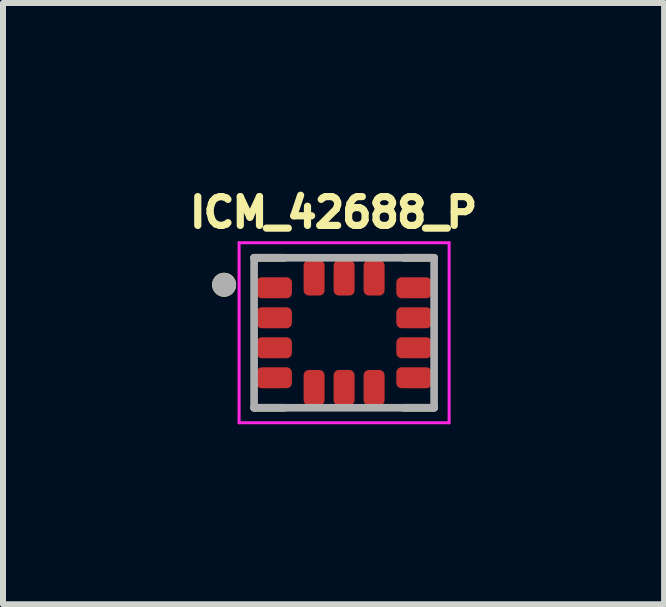
<source format=kicad_pcb>
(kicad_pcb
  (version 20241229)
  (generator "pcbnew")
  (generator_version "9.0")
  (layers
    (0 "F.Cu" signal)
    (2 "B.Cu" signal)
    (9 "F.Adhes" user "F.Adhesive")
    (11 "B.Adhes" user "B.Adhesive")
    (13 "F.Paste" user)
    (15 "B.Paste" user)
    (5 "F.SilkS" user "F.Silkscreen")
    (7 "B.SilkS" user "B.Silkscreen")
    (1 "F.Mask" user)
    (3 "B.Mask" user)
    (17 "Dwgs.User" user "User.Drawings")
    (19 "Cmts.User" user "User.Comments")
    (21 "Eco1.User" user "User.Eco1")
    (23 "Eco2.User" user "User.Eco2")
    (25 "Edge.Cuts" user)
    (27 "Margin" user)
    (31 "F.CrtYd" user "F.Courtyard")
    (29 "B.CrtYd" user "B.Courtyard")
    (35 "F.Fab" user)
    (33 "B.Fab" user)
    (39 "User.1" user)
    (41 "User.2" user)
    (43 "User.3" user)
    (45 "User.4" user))
  (footprint "ICM_42688_P"
    (layer "F.Cu")
    (at 2.685 2.496)
    (property "Reference" "ICM_42688_P" (at -0.176 -2.005 0) (layer "F.SilkS") (effects (font (size 0.48 0.48) (thickness 0.15))))
    (attr smd)
    (fp_poly (pts (xy -0.82 -0.85) (xy -0.82 -0.65) (xy -0.82 -0.643) (xy -0.821 -0.637) (xy -0.822 -0.63) (xy -0.823 -0.624) (xy -0.824 -0.618) (xy -0.826 -0.611) (xy -0.828 -0.605) (xy -0.831 -0.599) (xy -0.834 -0.593) (xy -0.837 -0.588) (xy -0.84 -0.582) (xy -0.844 -0.577) (xy -0.848 -0.571) (xy -0.852 -0.566) (xy -0.857 -0.562) (xy -0.861 -0.557) (xy -0.866 -0.553) (xy -0.872 -0.549) (xy -0.877 -0.545) (xy -0.882 -0.542) (xy -0.888 -0.539) (xy -0.894 -0.536) (xy -0.9 -0.533) (xy -0.906 -0.531) (xy -0.913 -0.529) (xy -0.919 -0.528) (xy -0.925 -0.527) (xy -0.932 -0.526) (xy -0.938 -0.525) (xy -0.945 -0.525) (xy -1.385 -0.525) (xy -1.392 -0.525) (xy -1.398 -0.526) (xy -1.405 -0.527) (xy -1.411 -0.528) (xy -1.417 -0.529) (xy -1.424 -0.531) (xy -1.43 -0.533) (xy -1.436 -0.536) (xy -1.442 -0.539) (xy -1.448 -0.542) (xy -1.453 -0.545) (xy -1.458 -0.549) (xy -1.464 -0.553) (xy -1.469 -0.557) (xy -1.473 -0.562) (xy -1.478 -0.566) (xy -1.482 -0.571) (xy -1.486 -0.577) (xy -1.49 -0.582) (xy -1.493 -0.588) (xy -1.496 -0.593) (xy -1.499 -0.599) (xy -1.502 -0.605) (xy -1.504 -0.611) (xy -1.506 -0.618) (xy -1.507 -0.624) (xy -1.508 -0.63) (xy -1.509 -0.637) (xy -1.51 -0.643) (xy -1.51 -0.65) (xy -1.51 -0.85) (xy -1.51 -0.857) (xy -1.509 -0.863) (xy -1.508 -0.87) (xy -1.507 -0.876) (xy -1.506 -0.882) (xy -1.504 -0.889) (xy -1.502 -0.895) (xy -1.499 -0.901) (xy -1.496 -0.907) (xy -1.493 -0.912) (xy -1.49 -0.918) (xy -1.486 -0.923) (xy -1.482 -0.929) (xy -1.478 -0.934) (xy -1.473 -0.938) (xy -1.469 -0.943) (xy -1.464 -0.947) (xy -1.458 -0.951) (xy -1.453 -0.955) (xy -1.448 -0.958) (xy -1.442 -0.961) (xy -1.436 -0.964) (xy -1.43 -0.967) (xy -1.424 -0.969) (xy -1.417 -0.971) (xy -1.411 -0.972) (xy -1.405 -0.973) (xy -1.398 -0.974) (xy -1.392 -0.975) (xy -1.385 -0.975) (xy -0.945 -0.975) (xy -0.938 -0.975) (xy -0.932 -0.974) (xy -0.925 -0.973) (xy -0.919 -0.972) (xy -0.913 -0.971) (xy -0.906 -0.969) (xy -0.9 -0.967) (xy -0.894 -0.964) (xy -0.888 -0.961) (xy -0.882 -0.958) (xy -0.877 -0.955) (xy -0.872 -0.951) (xy -0.866 -0.947) (xy -0.861 -0.943) (xy -0.857 -0.938) (xy -0.852 -0.934) (xy -0.848 -0.929) (xy -0.844 -0.923) (xy -0.84 -0.918) (xy -0.837 -0.912) (xy -0.834 -0.907) (xy -0.831 -0.901) (xy -0.828 -0.895) (xy -0.826 -0.889) (xy -0.824 -0.882) (xy -0.823 -0.876) (xy -0.822 -0.87) (xy -0.821 -0.863) (xy -0.82 -0.857) (xy -0.82 -0.85)) (stroke (width 0.01) (type solid)) (fill yes) (layer "F.Mask"))
    (fp_poly (pts (xy -0.82 -0.35) (xy -0.82 -0.15) (xy -0.82 -0.143) (xy -0.821 -0.137) (xy -0.822 -0.13) (xy -0.823 -0.124) (xy -0.824 -0.118) (xy -0.826 -0.111) (xy -0.828 -0.105) (xy -0.831 -0.099) (xy -0.834 -0.093) (xy -0.837 -0.088) (xy -0.84 -0.082) (xy -0.844 -0.077) (xy -0.848 -0.071) (xy -0.852 -0.066) (xy -0.857 -0.062) (xy -0.861 -0.057) (xy -0.866 -0.053) (xy -0.872 -0.049) (xy -0.877 -0.045) (xy -0.882 -0.042) (xy -0.888 -0.039) (xy -0.894 -0.036) (xy -0.9 -0.033) (xy -0.906 -0.031) (xy -0.913 -0.029) (xy -0.919 -0.028) (xy -0.925 -0.027) (xy -0.932 -0.026) (xy -0.938 -0.025) (xy -0.945 -0.025) (xy -1.385 -0.025) (xy -1.392 -0.025) (xy -1.398 -0.026) (xy -1.405 -0.027) (xy -1.411 -0.028) (xy -1.417 -0.029) (xy -1.424 -0.031) (xy -1.43 -0.033) (xy -1.436 -0.036) (xy -1.442 -0.039) (xy -1.448 -0.042) (xy -1.453 -0.045) (xy -1.458 -0.049) (xy -1.464 -0.053) (xy -1.469 -0.057) (xy -1.473 -0.062) (xy -1.478 -0.066) (xy -1.482 -0.071) (xy -1.486 -0.077) (xy -1.49 -0.082) (xy -1.493 -0.088) (xy -1.496 -0.093) (xy -1.499 -0.099) (xy -1.502 -0.105) (xy -1.504 -0.111) (xy -1.506 -0.118) (xy -1.507 -0.124) (xy -1.508 -0.13) (xy -1.509 -0.137) (xy -1.51 -0.143) (xy -1.51 -0.15) (xy -1.51 -0.35) (xy -1.51 -0.357) (xy -1.509 -0.363) (xy -1.508 -0.37) (xy -1.507 -0.376) (xy -1.506 -0.382) (xy -1.504 -0.389) (xy -1.502 -0.395) (xy -1.499 -0.401) (xy -1.496 -0.407) (xy -1.493 -0.412) (xy -1.49 -0.418) (xy -1.486 -0.423) (xy -1.482 -0.429) (xy -1.478 -0.434) (xy -1.473 -0.438) (xy -1.469 -0.443) (xy -1.464 -0.447) (xy -1.458 -0.451) (xy -1.453 -0.455) (xy -1.448 -0.458) (xy -1.442 -0.461) (xy -1.436 -0.464) (xy -1.43 -0.467) (xy -1.424 -0.469) (xy -1.417 -0.471) (xy -1.411 -0.472) (xy -1.405 -0.473) (xy -1.398 -0.474) (xy -1.392 -0.475) (xy -1.385 -0.475) (xy -0.945 -0.475) (xy -0.938 -0.475) (xy -0.932 -0.474) (xy -0.925 -0.473) (xy -0.919 -0.472) (xy -0.913 -0.471) (xy -0.906 -0.469) (xy -0.9 -0.467) (xy -0.894 -0.464) (xy -0.888 -0.461) (xy -0.882 -0.458) (xy -0.877 -0.455) (xy -0.872 -0.451) (xy -0.866 -0.447) (xy -0.861 -0.443) (xy -0.857 -0.438) (xy -0.852 -0.434) (xy -0.848 -0.429) (xy -0.844 -0.423) (xy -0.84 -0.418) (xy -0.837 -0.412) (xy -0.834 -0.407) (xy -0.831 -0.401) (xy -0.828 -0.395) (xy -0.826 -0.389) (xy -0.824 -0.382) (xy -0.823 -0.376) (xy -0.822 -0.37) (xy -0.821 -0.363) (xy -0.82 -0.357) (xy -0.82 -0.35)) (stroke (width 0.01) (type solid)) (fill yes) (layer "F.Mask"))
    (fp_poly (pts (xy -0.82 0.15) (xy -0.82 0.35) (xy -0.82 0.357) (xy -0.821 0.363) (xy -0.822 0.37) (xy -0.823 0.376) (xy -0.824 0.382) (xy -0.826 0.389) (xy -0.828 0.395) (xy -0.831 0.401) (xy -0.834 0.407) (xy -0.837 0.412) (xy -0.84 0.418) (xy -0.844 0.423) (xy -0.848 0.429) (xy -0.852 0.434) (xy -0.857 0.438) (xy -0.861 0.443) (xy -0.866 0.447) (xy -0.872 0.451) (xy -0.877 0.455) (xy -0.882 0.458) (xy -0.888 0.461) (xy -0.894 0.464) (xy -0.9 0.467) (xy -0.906 0.469) (xy -0.913 0.471) (xy -0.919 0.472) (xy -0.925 0.473) (xy -0.932 0.474) (xy -0.938 0.475) (xy -0.945 0.475) (xy -1.385 0.475) (xy -1.392 0.475) (xy -1.398 0.474) (xy -1.405 0.473) (xy -1.411 0.472) (xy -1.417 0.471) (xy -1.424 0.469) (xy -1.43 0.467) (xy -1.436 0.464) (xy -1.442 0.461) (xy -1.448 0.458) (xy -1.453 0.455) (xy -1.458 0.451) (xy -1.464 0.447) (xy -1.469 0.443) (xy -1.473 0.438) (xy -1.478 0.434) (xy -1.482 0.429) (xy -1.486 0.423) (xy -1.49 0.418) (xy -1.493 0.412) (xy -1.496 0.407) (xy -1.499 0.401) (xy -1.502 0.395) (xy -1.504 0.389) (xy -1.506 0.382) (xy -1.507 0.376) (xy -1.508 0.37) (xy -1.509 0.363) (xy -1.51 0.357) (xy -1.51 0.35) (xy -1.51 0.15) (xy -1.51 0.143) (xy -1.509 0.137) (xy -1.508 0.13) (xy -1.507 0.124) (xy -1.506 0.118) (xy -1.504 0.111) (xy -1.502 0.105) (xy -1.499 0.099) (xy -1.496 0.093) (xy -1.493 0.088) (xy -1.49 0.082) (xy -1.486 0.077) (xy -1.482 0.071) (xy -1.478 0.066) (xy -1.473 0.062) (xy -1.469 0.057) (xy -1.464 0.053) (xy -1.458 0.049) (xy -1.453 0.045) (xy -1.448 0.042) (xy -1.442 0.039) (xy -1.436 0.036) (xy -1.43 0.033) (xy -1.424 0.031) (xy -1.417 0.029) (xy -1.411 0.028) (xy -1.405 0.027) (xy -1.398 0.026) (xy -1.392 0.025) (xy -1.385 0.025) (xy -0.945 0.025) (xy -0.938 0.025) (xy -0.932 0.026) (xy -0.925 0.027) (xy -0.919 0.028) (xy -0.913 0.029) (xy -0.906 0.031) (xy -0.9 0.033) (xy -0.894 0.036) (xy -0.888 0.039) (xy -0.882 0.042) (xy -0.877 0.045) (xy -0.872 0.049) (xy -0.866 0.053) (xy -0.861 0.057) (xy -0.857 0.062) (xy -0.852 0.066) (xy -0.848 0.071) (xy -0.844 0.077) (xy -0.84 0.082) (xy -0.837 0.088) (xy -0.834 0.093) (xy -0.831 0.099) (xy -0.828 0.105) (xy -0.826 0.111) (xy -0.824 0.118) (xy -0.823 0.124) (xy -0.822 0.13) (xy -0.821 0.137) (xy -0.82 0.143) (xy -0.82 0.15)) (stroke (width 0.01) (type solid)) (fill yes) (layer "F.Mask"))
    (fp_poly (pts (xy -0.82 0.65) (xy -0.82 0.85) (xy -0.82 0.857) (xy -0.821 0.863) (xy -0.822 0.87) (xy -0.823 0.876) (xy -0.824 0.882) (xy -0.826 0.889) (xy -0.828 0.895) (xy -0.831 0.901) (xy -0.834 0.907) (xy -0.837 0.912) (xy -0.84 0.918) (xy -0.844 0.923) (xy -0.848 0.929) (xy -0.852 0.934) (xy -0.857 0.938) (xy -0.861 0.943) (xy -0.866 0.947) (xy -0.872 0.951) (xy -0.877 0.955) (xy -0.882 0.958) (xy -0.888 0.961) (xy -0.894 0.964) (xy -0.9 0.967) (xy -0.906 0.969) (xy -0.913 0.971) (xy -0.919 0.972) (xy -0.925 0.973) (xy -0.932 0.974) (xy -0.938 0.975) (xy -0.945 0.975) (xy -1.385 0.975) (xy -1.392 0.975) (xy -1.398 0.974) (xy -1.405 0.973) (xy -1.411 0.972) (xy -1.417 0.971) (xy -1.424 0.969) (xy -1.43 0.967) (xy -1.436 0.964) (xy -1.442 0.961) (xy -1.448 0.958) (xy -1.453 0.955) (xy -1.458 0.951) (xy -1.464 0.947) (xy -1.469 0.943) (xy -1.473 0.938) (xy -1.478 0.934) (xy -1.482 0.929) (xy -1.486 0.923) (xy -1.49 0.918) (xy -1.493 0.912) (xy -1.496 0.907) (xy -1.499 0.901) (xy -1.502 0.895) (xy -1.504 0.889) (xy -1.506 0.882) (xy -1.507 0.876) (xy -1.508 0.87) (xy -1.509 0.863) (xy -1.51 0.857) (xy -1.51 0.85) (xy -1.51 0.65) (xy -1.51 0.643) (xy -1.509 0.637) (xy -1.508 0.63) (xy -1.507 0.624) (xy -1.506 0.618) (xy -1.504 0.611) (xy -1.502 0.605) (xy -1.499 0.599) (xy -1.496 0.593) (xy -1.493 0.588) (xy -1.49 0.582) (xy -1.486 0.577) (xy -1.482 0.571) (xy -1.478 0.566) (xy -1.473 0.562) (xy -1.469 0.557) (xy -1.464 0.553) (xy -1.458 0.549) (xy -1.453 0.545) (xy -1.448 0.542) (xy -1.442 0.539) (xy -1.436 0.536) (xy -1.43 0.533) (xy -1.424 0.531) (xy -1.417 0.529) (xy -1.411 0.528) (xy -1.405 0.527) (xy -1.398 0.526) (xy -1.392 0.525) (xy -1.385 0.525) (xy -0.945 0.525) (xy -0.938 0.525) (xy -0.932 0.526) (xy -0.925 0.527) (xy -0.919 0.528) (xy -0.913 0.529) (xy -0.906 0.531) (xy -0.9 0.533) (xy -0.894 0.536) (xy -0.888 0.539) (xy -0.882 0.542) (xy -0.877 0.545) (xy -0.872 0.549) (xy -0.866 0.553) (xy -0.861 0.557) (xy -0.857 0.562) (xy -0.852 0.566) (xy -0.848 0.571) (xy -0.844 0.577) (xy -0.84 0.582) (xy -0.837 0.588) (xy -0.834 0.593) (xy -0.831 0.599) (xy -0.828 0.605) (xy -0.826 0.611) (xy -0.824 0.618) (xy -0.823 0.624) (xy -0.822 0.63) (xy -0.821 0.637) (xy -0.82 0.643) (xy -0.82 0.65)) (stroke (width 0.01) (type solid)) (fill yes) (layer "F.Mask"))
    (fp_poly (pts (xy -0.6 -1.26) (xy -0.4 -1.26) (xy -0.393 -1.26) (xy -0.387 -1.259) (xy -0.38 -1.258) (xy -0.374 -1.257) (xy -0.368 -1.256) (xy -0.361 -1.254) (xy -0.355 -1.252) (xy -0.349 -1.249) (xy -0.343 -1.246) (xy -0.338 -1.243) (xy -0.332 -1.24) (xy -0.327 -1.236) (xy -0.321 -1.232) (xy -0.316 -1.228) (xy -0.312 -1.223) (xy -0.307 -1.219) (xy -0.303 -1.214) (xy -0.299 -1.208) (xy -0.295 -1.203) (xy -0.292 -1.198) (xy -0.289 -1.192) (xy -0.286 -1.186) (xy -0.283 -1.18) (xy -0.281 -1.174) (xy -0.279 -1.167) (xy -0.278 -1.161) (xy -0.277 -1.155) (xy -0.276 -1.148) (xy -0.275 -1.142) (xy -0.275 -1.135) (xy -0.275 -0.695) (xy -0.275 -0.688) (xy -0.276 -0.682) (xy -0.277 -0.675) (xy -0.278 -0.669) (xy -0.279 -0.663) (xy -0.281 -0.656) (xy -0.283 -0.65) (xy -0.286 -0.644) (xy -0.289 -0.638) (xy -0.292 -0.632) (xy -0.295 -0.627) (xy -0.299 -0.622) (xy -0.303 -0.616) (xy -0.307 -0.611) (xy -0.312 -0.607) (xy -0.316 -0.602) (xy -0.321 -0.598) (xy -0.327 -0.594) (xy -0.332 -0.59) (xy -0.338 -0.587) (xy -0.343 -0.584) (xy -0.349 -0.581) (xy -0.355 -0.578) (xy -0.361 -0.576) (xy -0.368 -0.574) (xy -0.374 -0.573) (xy -0.38 -0.572) (xy -0.387 -0.571) (xy -0.393 -0.57) (xy -0.4 -0.57) (xy -0.6 -0.57) (xy -0.607 -0.57) (xy -0.613 -0.571) (xy -0.62 -0.572) (xy -0.626 -0.573) (xy -0.632 -0.574) (xy -0.639 -0.576) (xy -0.645 -0.578) (xy -0.651 -0.581) (xy -0.657 -0.584) (xy -0.663 -0.587) (xy -0.668 -0.59) (xy -0.673 -0.594) (xy -0.679 -0.598) (xy -0.684 -0.602) (xy -0.688 -0.607) (xy -0.693 -0.611) (xy -0.697 -0.616) (xy -0.701 -0.622) (xy -0.705 -0.627) (xy -0.708 -0.632) (xy -0.711 -0.638) (xy -0.714 -0.644) (xy -0.717 -0.65) (xy -0.719 -0.656) (xy -0.721 -0.663) (xy -0.722 -0.669) (xy -0.723 -0.675) (xy -0.724 -0.682) (xy -0.725 -0.688) (xy -0.725 -0.695) (xy -0.725 -1.135) (xy -0.725 -1.142) (xy -0.724 -1.148) (xy -0.723 -1.155) (xy -0.722 -1.161) (xy -0.721 -1.167) (xy -0.719 -1.174) (xy -0.717 -1.18) (xy -0.714 -1.186) (xy -0.711 -1.192) (xy -0.708 -1.198) (xy -0.705 -1.203) (xy -0.701 -1.208) (xy -0.697 -1.214) (xy -0.693 -1.219) (xy -0.688 -1.223) (xy -0.684 -1.228) (xy -0.679 -1.232) (xy -0.673 -1.236) (xy -0.668 -1.24) (xy -0.662 -1.243) (xy -0.657 -1.246) (xy -0.651 -1.249) (xy -0.645 -1.252) (xy -0.639 -1.254) (xy -0.632 -1.256) (xy -0.626 -1.257) (xy -0.62 -1.258) (xy -0.613 -1.259) (xy -0.607 -1.26) (xy -0.6 -1.26)) (stroke (width 0.01) (type solid)) (fill yes) (layer "F.Mask"))
    (fp_poly (pts (xy -0.6 0.57) (xy -0.4 0.57) (xy -0.393 0.57) (xy -0.387 0.571) (xy -0.38 0.572) (xy -0.374 0.573) (xy -0.368 0.574) (xy -0.361 0.576) (xy -0.355 0.578) (xy -0.349 0.581) (xy -0.343 0.584) (xy -0.338 0.587) (xy -0.332 0.59) (xy -0.327 0.594) (xy -0.321 0.598) (xy -0.316 0.602) (xy -0.312 0.607) (xy -0.307 0.611) (xy -0.303 0.616) (xy -0.299 0.622) (xy -0.295 0.627) (xy -0.292 0.632) (xy -0.289 0.638) (xy -0.286 0.644) (xy -0.283 0.65) (xy -0.281 0.656) (xy -0.279 0.663) (xy -0.278 0.669) (xy -0.277 0.675) (xy -0.276 0.682) (xy -0.275 0.688) (xy -0.275 0.695) (xy -0.275 1.135) (xy -0.275 1.142) (xy -0.276 1.148) (xy -0.277 1.155) (xy -0.278 1.161) (xy -0.279 1.167) (xy -0.281 1.174) (xy -0.283 1.18) (xy -0.286 1.186) (xy -0.289 1.192) (xy -0.292 1.198) (xy -0.295 1.203) (xy -0.299 1.208) (xy -0.303 1.214) (xy -0.307 1.219) (xy -0.312 1.223) (xy -0.316 1.228) (xy -0.321 1.232) (xy -0.327 1.236) (xy -0.332 1.24) (xy -0.338 1.243) (xy -0.343 1.246) (xy -0.349 1.249) (xy -0.355 1.252) (xy -0.361 1.254) (xy -0.368 1.256) (xy -0.374 1.257) (xy -0.38 1.258) (xy -0.387 1.259) (xy -0.393 1.26) (xy -0.4 1.26) (xy -0.6 1.26) (xy -0.607 1.26) (xy -0.613 1.259) (xy -0.62 1.258) (xy -0.626 1.257) (xy -0.632 1.256) (xy -0.639 1.254) (xy -0.645 1.252) (xy -0.651 1.249) (xy -0.657 1.246) (xy -0.663 1.243) (xy -0.668 1.24) (xy -0.673 1.236) (xy -0.679 1.232) (xy -0.684 1.228) (xy -0.688 1.223) (xy -0.693 1.219) (xy -0.697 1.214) (xy -0.701 1.208) (xy -0.705 1.203) (xy -0.708 1.198) (xy -0.711 1.192) (xy -0.714 1.186) (xy -0.717 1.18) (xy -0.719 1.174) (xy -0.721 1.167) (xy -0.722 1.161) (xy -0.723 1.155) (xy -0.724 1.148) (xy -0.725 1.142) (xy -0.725 1.135) (xy -0.725 0.695) (xy -0.725 0.688) (xy -0.724 0.682) (xy -0.723 0.675) (xy -0.722 0.669) (xy -0.721 0.663) (xy -0.719 0.656) (xy -0.717 0.65) (xy -0.714 0.644) (xy -0.711 0.638) (xy -0.708 0.632) (xy -0.705 0.627) (xy -0.701 0.622) (xy -0.697 0.616) (xy -0.693 0.611) (xy -0.688 0.607) (xy -0.684 0.602) (xy -0.679 0.598) (xy -0.673 0.594) (xy -0.668 0.59) (xy -0.662 0.587) (xy -0.657 0.584) (xy -0.651 0.581) (xy -0.645 0.578) (xy -0.639 0.576) (xy -0.632 0.574) (xy -0.626 0.573) (xy -0.62 0.572) (xy -0.613 0.571) (xy -0.607 0.57) (xy -0.6 0.57)) (stroke (width 0.01) (type solid)) (fill yes) (layer "F.Mask"))
    (fp_poly (pts (xy -0.1 -1.26) (xy 0.1 -1.26) (xy 0.107 -1.26) (xy 0.113 -1.259) (xy 0.12 -1.258) (xy 0.126 -1.257) (xy 0.132 -1.256) (xy 0.139 -1.254) (xy 0.145 -1.252) (xy 0.151 -1.249) (xy 0.157 -1.246) (xy 0.163 -1.243) (xy 0.168 -1.24) (xy 0.173 -1.236) (xy 0.179 -1.232) (xy 0.184 -1.228) (xy 0.188 -1.223) (xy 0.193 -1.219) (xy 0.197 -1.214) (xy 0.201 -1.208) (xy 0.205 -1.203) (xy 0.208 -1.198) (xy 0.211 -1.192) (xy 0.214 -1.186) (xy 0.217 -1.18) (xy 0.219 -1.174) (xy 0.221 -1.167) (xy 0.222 -1.161) (xy 0.223 -1.155) (xy 0.224 -1.148) (xy 0.225 -1.142) (xy 0.225 -1.135) (xy 0.225 -0.695) (xy 0.225 -0.688) (xy 0.224 -0.682) (xy 0.223 -0.675) (xy 0.222 -0.669) (xy 0.221 -0.663) (xy 0.219 -0.656) (xy 0.217 -0.65) (xy 0.214 -0.644) (xy 0.211 -0.638) (xy 0.208 -0.632) (xy 0.205 -0.627) (xy 0.201 -0.622) (xy 0.197 -0.616) (xy 0.193 -0.611) (xy 0.188 -0.607) (xy 0.184 -0.602) (xy 0.179 -0.598) (xy 0.173 -0.594) (xy 0.168 -0.59) (xy 0.163 -0.587) (xy 0.157 -0.584) (xy 0.151 -0.581) (xy 0.145 -0.578) (xy 0.139 -0.576) (xy 0.132 -0.574) (xy 0.126 -0.573) (xy 0.12 -0.572) (xy 0.113 -0.571) (xy 0.107 -0.57) (xy 0.1 -0.57) (xy -0.1 -0.57) (xy -0.107 -0.57) (xy -0.113 -0.571) (xy -0.12 -0.572) (xy -0.126 -0.573) (xy -0.132 -0.574) (xy -0.139 -0.576) (xy -0.145 -0.578) (xy -0.151 -0.581) (xy -0.157 -0.584) (xy -0.163 -0.587) (xy -0.168 -0.59) (xy -0.173 -0.594) (xy -0.179 -0.598) (xy -0.184 -0.602) (xy -0.188 -0.607) (xy -0.193 -0.611) (xy -0.197 -0.616) (xy -0.201 -0.622) (xy -0.205 -0.627) (xy -0.208 -0.632) (xy -0.211 -0.638) (xy -0.214 -0.644) (xy -0.217 -0.65) (xy -0.219 -0.656) (xy -0.221 -0.663) (xy -0.222 -0.669) (xy -0.223 -0.675) (xy -0.224 -0.682) (xy -0.225 -0.688) (xy -0.225 -0.695) (xy -0.225 -1.135) (xy -0.225 -1.142) (xy -0.224 -1.148) (xy -0.223 -1.155) (xy -0.222 -1.161) (xy -0.221 -1.167) (xy -0.219 -1.174) (xy -0.217 -1.18) (xy -0.214 -1.186) (xy -0.211 -1.192) (xy -0.208 -1.198) (xy -0.205 -1.203) (xy -0.201 -1.208) (xy -0.197 -1.214) (xy -0.193 -1.219) (xy -0.188 -1.223) (xy -0.184 -1.228) (xy -0.179 -1.232) (xy -0.173 -1.236) (xy -0.168 -1.24) (xy -0.162 -1.243) (xy -0.157 -1.246) (xy -0.151 -1.249) (xy -0.145 -1.252) (xy -0.139 -1.254) (xy -0.132 -1.256) (xy -0.126 -1.257) (xy -0.12 -1.258) (xy -0.113 -1.259) (xy -0.107 -1.26) (xy -0.1 -1.26)) (stroke (width 0.01) (type solid)) (fill yes) (layer "F.Mask"))
    (fp_poly (pts (xy -0.1 0.57) (xy 0.1 0.57) (xy 0.107 0.57) (xy 0.113 0.571) (xy 0.12 0.572) (xy 0.126 0.573) (xy 0.132 0.574) (xy 0.139 0.576) (xy 0.145 0.578) (xy 0.151 0.581) (xy 0.157 0.584) (xy 0.163 0.587) (xy 0.168 0.59) (xy 0.173 0.594) (xy 0.179 0.598) (xy 0.184 0.602) (xy 0.188 0.607) (xy 0.193 0.611) (xy 0.197 0.616) (xy 0.201 0.622) (xy 0.205 0.627) (xy 0.208 0.632) (xy 0.211 0.638) (xy 0.214 0.644) (xy 0.217 0.65) (xy 0.219 0.656) (xy 0.221 0.663) (xy 0.222 0.669) (xy 0.223 0.675) (xy 0.224 0.682) (xy 0.225 0.688) (xy 0.225 0.695) (xy 0.225 1.135) (xy 0.225 1.142) (xy 0.224 1.148) (xy 0.223 1.155) (xy 0.222 1.161) (xy 0.221 1.167) (xy 0.219 1.174) (xy 0.217 1.18) (xy 0.214 1.186) (xy 0.211 1.192) (xy 0.208 1.198) (xy 0.205 1.203) (xy 0.201 1.208) (xy 0.197 1.214) (xy 0.193 1.219) (xy 0.188 1.223) (xy 0.184 1.228) (xy 0.179 1.232) (xy 0.173 1.236) (xy 0.168 1.24) (xy 0.163 1.243) (xy 0.157 1.246) (xy 0.151 1.249) (xy 0.145 1.252) (xy 0.139 1.254) (xy 0.132 1.256) (xy 0.126 1.257) (xy 0.12 1.258) (xy 0.113 1.259) (xy 0.107 1.26) (xy 0.1 1.26) (xy -0.1 1.26) (xy -0.107 1.26) (xy -0.113 1.259) (xy -0.12 1.258) (xy -0.126 1.257) (xy -0.132 1.256) (xy -0.139 1.254) (xy -0.145 1.252) (xy -0.151 1.249) (xy -0.157 1.246) (xy -0.163 1.243) (xy -0.168 1.24) (xy -0.173 1.236) (xy -0.179 1.232) (xy -0.184 1.228) (xy -0.188 1.223) (xy -0.193 1.219) (xy -0.197 1.214) (xy -0.201 1.208) (xy -0.205 1.203) (xy -0.208 1.198) (xy -0.211 1.192) (xy -0.214 1.186) (xy -0.217 1.18) (xy -0.219 1.174) (xy -0.221 1.167) (xy -0.222 1.161) (xy -0.223 1.155) (xy -0.224 1.148) (xy -0.225 1.142) (xy -0.225 1.135) (xy -0.225 0.695) (xy -0.225 0.688) (xy -0.224 0.682) (xy -0.223 0.675) (xy -0.222 0.669) (xy -0.221 0.663) (xy -0.219 0.656) (xy -0.217 0.65) (xy -0.214 0.644) (xy -0.211 0.638) (xy -0.208 0.632) (xy -0.205 0.627) (xy -0.201 0.622) (xy -0.197 0.616) (xy -0.193 0.611) (xy -0.188 0.607) (xy -0.184 0.602) (xy -0.179 0.598) (xy -0.173 0.594) (xy -0.168 0.59) (xy -0.162 0.587) (xy -0.157 0.584) (xy -0.151 0.581) (xy -0.145 0.578) (xy -0.139 0.576) (xy -0.132 0.574) (xy -0.126 0.573) (xy -0.12 0.572) (xy -0.113 0.571) (xy -0.107 0.57) (xy -0.1 0.57)) (stroke (width 0.01) (type solid)) (fill yes) (layer "F.Mask"))
    (fp_poly (pts (xy 0.4 -1.26) (xy 0.6 -1.26) (xy 0.607 -1.26) (xy 0.613 -1.259) (xy 0.62 -1.258) (xy 0.626 -1.257) (xy 0.632 -1.256) (xy 0.639 -1.254) (xy 0.645 -1.252) (xy 0.651 -1.249) (xy 0.657 -1.246) (xy 0.662 -1.243) (xy 0.668 -1.24) (xy 0.673 -1.236) (xy 0.679 -1.232) (xy 0.684 -1.228) (xy 0.688 -1.223) (xy 0.693 -1.219) (xy 0.697 -1.214) (xy 0.701 -1.208) (xy 0.705 -1.203) (xy 0.708 -1.198) (xy 0.711 -1.192) (xy 0.714 -1.186) (xy 0.717 -1.18) (xy 0.719 -1.174) (xy 0.721 -1.167) (xy 0.722 -1.161) (xy 0.723 -1.155) (xy 0.724 -1.148) (xy 0.725 -1.142) (xy 0.725 -1.135) (xy 0.725 -0.695) (xy 0.725 -0.688) (xy 0.724 -0.682) (xy 0.723 -0.675) (xy 0.722 -0.669) (xy 0.721 -0.663) (xy 0.719 -0.656) (xy 0.717 -0.65) (xy 0.714 -0.644) (xy 0.711 -0.638) (xy 0.708 -0.632) (xy 0.705 -0.627) (xy 0.701 -0.622) (xy 0.697 -0.616) (xy 0.693 -0.611) (xy 0.688 -0.607) (xy 0.684 -0.602) (xy 0.679 -0.598) (xy 0.673 -0.594) (xy 0.668 -0.59) (xy 0.662 -0.587) (xy 0.657 -0.584) (xy 0.651 -0.581) (xy 0.645 -0.578) (xy 0.639 -0.576) (xy 0.632 -0.574) (xy 0.626 -0.573) (xy 0.62 -0.572) (xy 0.613 -0.571) (xy 0.607 -0.57) (xy 0.6 -0.57) (xy 0.4 -0.57) (xy 0.393 -0.57) (xy 0.387 -0.571) (xy 0.38 -0.572) (xy 0.374 -0.573) (xy 0.368 -0.574) (xy 0.361 -0.576) (xy 0.355 -0.578) (xy 0.349 -0.581) (xy 0.343 -0.584) (xy 0.337 -0.587) (xy 0.332 -0.59) (xy 0.327 -0.594) (xy 0.321 -0.598) (xy 0.316 -0.602) (xy 0.312 -0.607) (xy 0.307 -0.611) (xy 0.303 -0.616) (xy 0.299 -0.622) (xy 0.295 -0.627) (xy 0.292 -0.632) (xy 0.289 -0.638) (xy 0.286 -0.644) (xy 0.283 -0.65) (xy 0.281 -0.656) (xy 0.279 -0.663) (xy 0.278 -0.669) (xy 0.277 -0.675) (xy 0.276 -0.682) (xy 0.275 -0.688) (xy 0.275 -0.695) (xy 0.275 -1.135) (xy 0.275 -1.142) (xy 0.276 -1.148) (xy 0.277 -1.155) (xy 0.278 -1.161) (xy 0.279 -1.167) (xy 0.281 -1.174) (xy 0.283 -1.18) (xy 0.286 -1.186) (xy 0.289 -1.192) (xy 0.292 -1.198) (xy 0.295 -1.203) (xy 0.299 -1.208) (xy 0.303 -1.214) (xy 0.307 -1.219) (xy 0.312 -1.223) (xy 0.316 -1.228) (xy 0.321 -1.232) (xy 0.327 -1.236) (xy 0.332 -1.24) (xy 0.338 -1.243) (xy 0.343 -1.246) (xy 0.349 -1.249) (xy 0.355 -1.252) (xy 0.361 -1.254) (xy 0.368 -1.256) (xy 0.374 -1.257) (xy 0.38 -1.258) (xy 0.387 -1.259) (xy 0.393 -1.26) (xy 0.4 -1.26)) (stroke (width 0.01) (type solid)) (fill yes) (layer "F.Mask"))
    (fp_poly (pts (xy 0.4 0.57) (xy 0.6 0.57) (xy 0.607 0.57) (xy 0.613 0.571) (xy 0.62 0.572) (xy 0.626 0.573) (xy 0.632 0.574) (xy 0.639 0.576) (xy 0.645 0.578) (xy 0.651 0.581) (xy 0.657 0.584) (xy 0.662 0.587) (xy 0.668 0.59) (xy 0.673 0.594) (xy 0.679 0.598) (xy 0.684 0.602) (xy 0.688 0.607) (xy 0.693 0.611) (xy 0.697 0.616) (xy 0.701 0.622) (xy 0.705 0.627) (xy 0.708 0.632) (xy 0.711 0.638) (xy 0.714 0.644) (xy 0.717 0.65) (xy 0.719 0.656) (xy 0.721 0.663) (xy 0.722 0.669) (xy 0.723 0.675) (xy 0.724 0.682) (xy 0.725 0.688) (xy 0.725 0.695) (xy 0.725 1.135) (xy 0.725 1.142) (xy 0.724 1.148) (xy 0.723 1.155) (xy 0.722 1.161) (xy 0.721 1.167) (xy 0.719 1.174) (xy 0.717 1.18) (xy 0.714 1.186) (xy 0.711 1.192) (xy 0.708 1.198) (xy 0.705 1.203) (xy 0.701 1.208) (xy 0.697 1.214) (xy 0.693 1.219) (xy 0.688 1.223) (xy 0.684 1.228) (xy 0.679 1.232) (xy 0.673 1.236) (xy 0.668 1.24) (xy 0.662 1.243) (xy 0.657 1.246) (xy 0.651 1.249) (xy 0.645 1.252) (xy 0.639 1.254) (xy 0.632 1.256) (xy 0.626 1.257) (xy 0.62 1.258) (xy 0.613 1.259) (xy 0.607 1.26) (xy 0.6 1.26) (xy 0.4 1.26) (xy 0.393 1.26) (xy 0.387 1.259) (xy 0.38 1.258) (xy 0.374 1.257) (xy 0.368 1.256) (xy 0.361 1.254) (xy 0.355 1.252) (xy 0.349 1.249) (xy 0.343 1.246) (xy 0.337 1.243) (xy 0.332 1.24) (xy 0.327 1.236) (xy 0.321 1.232) (xy 0.316 1.228) (xy 0.312 1.223) (xy 0.307 1.219) (xy 0.303 1.214) (xy 0.299 1.208) (xy 0.295 1.203) (xy 0.292 1.198) (xy 0.289 1.192) (xy 0.286 1.186) (xy 0.283 1.18) (xy 0.281 1.174) (xy 0.279 1.167) (xy 0.278 1.161) (xy 0.277 1.155) (xy 0.276 1.148) (xy 0.275 1.142) (xy 0.275 1.135) (xy 0.275 0.695) (xy 0.275 0.688) (xy 0.276 0.682) (xy 0.277 0.675) (xy 0.278 0.669) (xy 0.279 0.663) (xy 0.281 0.656) (xy 0.283 0.65) (xy 0.286 0.644) (xy 0.289 0.638) (xy 0.292 0.632) (xy 0.295 0.627) (xy 0.299 0.622) (xy 0.303 0.616) (xy 0.307 0.611) (xy 0.312 0.607) (xy 0.316 0.602) (xy 0.321 0.598) (xy 0.327 0.594) (xy 0.332 0.59) (xy 0.338 0.587) (xy 0.343 0.584) (xy 0.349 0.581) (xy 0.355 0.578) (xy 0.361 0.576) (xy 0.368 0.574) (xy 0.374 0.573) (xy 0.38 0.572) (xy 0.387 0.571) (xy 0.393 0.57) (xy 0.4 0.57)) (stroke (width 0.01) (type solid)) (fill yes) (layer "F.Mask"))
    (fp_poly (pts (xy 1.51 -0.85) (xy 1.51 -0.65) (xy 1.51 -0.643) (xy 1.509 -0.637) (xy 1.508 -0.63) (xy 1.507 -0.624) (xy 1.506 -0.618) (xy 1.504 -0.611) (xy 1.502 -0.605) (xy 1.499 -0.599) (xy 1.496 -0.593) (xy 1.493 -0.588) (xy 1.49 -0.582) (xy 1.486 -0.577) (xy 1.482 -0.571) (xy 1.478 -0.566) (xy 1.473 -0.562) (xy 1.469 -0.557) (xy 1.464 -0.553) (xy 1.458 -0.549) (xy 1.453 -0.545) (xy 1.448 -0.542) (xy 1.442 -0.539) (xy 1.436 -0.536) (xy 1.43 -0.533) (xy 1.424 -0.531) (xy 1.417 -0.529) (xy 1.411 -0.528) (xy 1.405 -0.527) (xy 1.398 -0.526) (xy 1.392 -0.525) (xy 1.385 -0.525) (xy 0.945 -0.525) (xy 0.938 -0.525) (xy 0.932 -0.526) (xy 0.925 -0.527) (xy 0.919 -0.528) (xy 0.913 -0.529) (xy 0.906 -0.531) (xy 0.9 -0.533) (xy 0.894 -0.536) (xy 0.888 -0.539) (xy 0.882 -0.542) (xy 0.877 -0.545) (xy 0.872 -0.549) (xy 0.866 -0.553) (xy 0.861 -0.557) (xy 0.857 -0.562) (xy 0.852 -0.566) (xy 0.848 -0.571) (xy 0.844 -0.577) (xy 0.84 -0.582) (xy 0.837 -0.588) (xy 0.834 -0.593) (xy 0.831 -0.599) (xy 0.828 -0.605) (xy 0.826 -0.611) (xy 0.824 -0.618) (xy 0.823 -0.624) (xy 0.822 -0.63) (xy 0.821 -0.637) (xy 0.82 -0.643) (xy 0.82 -0.65) (xy 0.82 -0.85) (xy 0.82 -0.857) (xy 0.821 -0.863) (xy 0.822 -0.87) (xy 0.823 -0.876) (xy 0.824 -0.882) (xy 0.826 -0.889) (xy 0.828 -0.895) (xy 0.831 -0.901) (xy 0.834 -0.907) (xy 0.837 -0.912) (xy 0.84 -0.918) (xy 0.844 -0.923) (xy 0.848 -0.929) (xy 0.852 -0.934) (xy 0.857 -0.938) (xy 0.861 -0.943) (xy 0.866 -0.947) (xy 0.872 -0.951) (xy 0.877 -0.955) (xy 0.882 -0.958) (xy 0.888 -0.961) (xy 0.894 -0.964) (xy 0.9 -0.967) (xy 0.906 -0.969) (xy 0.913 -0.971) (xy 0.919 -0.972) (xy 0.925 -0.973) (xy 0.932 -0.974) (xy 0.938 -0.975) (xy 0.945 -0.975) (xy 1.385 -0.975) (xy 1.392 -0.975) (xy 1.398 -0.974) (xy 1.405 -0.973) (xy 1.411 -0.972) (xy 1.417 -0.971) (xy 1.424 -0.969) (xy 1.43 -0.967) (xy 1.436 -0.964) (xy 1.442 -0.961) (xy 1.448 -0.958) (xy 1.453 -0.955) (xy 1.458 -0.951) (xy 1.464 -0.947) (xy 1.469 -0.943) (xy 1.473 -0.938) (xy 1.478 -0.934) (xy 1.482 -0.929) (xy 1.486 -0.923) (xy 1.49 -0.918) (xy 1.493 -0.912) (xy 1.496 -0.907) (xy 1.499 -0.901) (xy 1.502 -0.895) (xy 1.504 -0.889) (xy 1.506 -0.882) (xy 1.507 -0.876) (xy 1.508 -0.87) (xy 1.509 -0.863) (xy 1.51 -0.857) (xy 1.51 -0.85)) (stroke (width 0.01) (type solid)) (fill yes) (layer "F.Mask"))
    (fp_poly (pts (xy 1.51 -0.35) (xy 1.51 -0.15) (xy 1.51 -0.143) (xy 1.509 -0.137) (xy 1.508 -0.13) (xy 1.507 -0.124) (xy 1.506 -0.118) (xy 1.504 -0.111) (xy 1.502 -0.105) (xy 1.499 -0.099) (xy 1.496 -0.093) (xy 1.493 -0.088) (xy 1.49 -0.082) (xy 1.486 -0.077) (xy 1.482 -0.071) (xy 1.478 -0.066) (xy 1.473 -0.062) (xy 1.469 -0.057) (xy 1.464 -0.053) (xy 1.458 -0.049) (xy 1.453 -0.045) (xy 1.448 -0.042) (xy 1.442 -0.039) (xy 1.436 -0.036) (xy 1.43 -0.033) (xy 1.424 -0.031) (xy 1.417 -0.029) (xy 1.411 -0.028) (xy 1.405 -0.027) (xy 1.398 -0.026) (xy 1.392 -0.025) (xy 1.385 -0.025) (xy 0.945 -0.025) (xy 0.938 -0.025) (xy 0.932 -0.026) (xy 0.925 -0.027) (xy 0.919 -0.028) (xy 0.913 -0.029) (xy 0.906 -0.031) (xy 0.9 -0.033) (xy 0.894 -0.036) (xy 0.888 -0.039) (xy 0.882 -0.042) (xy 0.877 -0.045) (xy 0.872 -0.049) (xy 0.866 -0.053) (xy 0.861 -0.057) (xy 0.857 -0.062) (xy 0.852 -0.066) (xy 0.848 -0.071) (xy 0.844 -0.077) (xy 0.84 -0.082) (xy 0.837 -0.088) (xy 0.834 -0.093) (xy 0.831 -0.099) (xy 0.828 -0.105) (xy 0.826 -0.111) (xy 0.824 -0.118) (xy 0.823 -0.124) (xy 0.822 -0.13) (xy 0.821 -0.137) (xy 0.82 -0.143) (xy 0.82 -0.15) (xy 0.82 -0.35) (xy 0.82 -0.357) (xy 0.821 -0.363) (xy 0.822 -0.37) (xy 0.823 -0.376) (xy 0.824 -0.382) (xy 0.826 -0.389) (xy 0.828 -0.395) (xy 0.831 -0.401) (xy 0.834 -0.407) (xy 0.837 -0.412) (xy 0.84 -0.418) (xy 0.844 -0.423) (xy 0.848 -0.429) (xy 0.852 -0.434) (xy 0.857 -0.438) (xy 0.861 -0.443) (xy 0.866 -0.447) (xy 0.872 -0.451) (xy 0.877 -0.455) (xy 0.882 -0.458) (xy 0.888 -0.461) (xy 0.894 -0.464) (xy 0.9 -0.467) (xy 0.906 -0.469) (xy 0.913 -0.471) (xy 0.919 -0.472) (xy 0.925 -0.473) (xy 0.932 -0.474) (xy 0.938 -0.475) (xy 0.945 -0.475) (xy 1.385 -0.475) (xy 1.392 -0.475) (xy 1.398 -0.474) (xy 1.405 -0.473) (xy 1.411 -0.472) (xy 1.417 -0.471) (xy 1.424 -0.469) (xy 1.43 -0.467) (xy 1.436 -0.464) (xy 1.442 -0.461) (xy 1.448 -0.458) (xy 1.453 -0.455) (xy 1.458 -0.451) (xy 1.464 -0.447) (xy 1.469 -0.443) (xy 1.473 -0.438) (xy 1.478 -0.434) (xy 1.482 -0.429) (xy 1.486 -0.423) (xy 1.49 -0.418) (xy 1.493 -0.412) (xy 1.496 -0.407) (xy 1.499 -0.401) (xy 1.502 -0.395) (xy 1.504 -0.389) (xy 1.506 -0.382) (xy 1.507 -0.376) (xy 1.508 -0.37) (xy 1.509 -0.363) (xy 1.51 -0.357) (xy 1.51 -0.35)) (stroke (width 0.01) (type solid)) (fill yes) (layer "F.Mask"))
    (fp_poly (pts (xy 1.51 0.15) (xy 1.51 0.35) (xy 1.51 0.357) (xy 1.509 0.363) (xy 1.508 0.37) (xy 1.507 0.376) (xy 1.506 0.382) (xy 1.504 0.389) (xy 1.502 0.395) (xy 1.499 0.401) (xy 1.496 0.407) (xy 1.493 0.412) (xy 1.49 0.418) (xy 1.486 0.423) (xy 1.482 0.429) (xy 1.478 0.434) (xy 1.473 0.438) (xy 1.469 0.443) (xy 1.464 0.447) (xy 1.458 0.451) (xy 1.453 0.455) (xy 1.448 0.458) (xy 1.442 0.461) (xy 1.436 0.464) (xy 1.43 0.467) (xy 1.424 0.469) (xy 1.417 0.471) (xy 1.411 0.472) (xy 1.405 0.473) (xy 1.398 0.474) (xy 1.392 0.475) (xy 1.385 0.475) (xy 0.945 0.475) (xy 0.938 0.475) (xy 0.932 0.474) (xy 0.925 0.473) (xy 0.919 0.472) (xy 0.913 0.471) (xy 0.906 0.469) (xy 0.9 0.467) (xy 0.894 0.464) (xy 0.888 0.461) (xy 0.882 0.458) (xy 0.877 0.455) (xy 0.872 0.451) (xy 0.866 0.447) (xy 0.861 0.443) (xy 0.857 0.438) (xy 0.852 0.434) (xy 0.848 0.429) (xy 0.844 0.423) (xy 0.84 0.418) (xy 0.837 0.412) (xy 0.834 0.407) (xy 0.831 0.401) (xy 0.828 0.395) (xy 0.826 0.389) (xy 0.824 0.382) (xy 0.823 0.376) (xy 0.822 0.37) (xy 0.821 0.363) (xy 0.82 0.357) (xy 0.82 0.35) (xy 0.82 0.15) (xy 0.82 0.143) (xy 0.821 0.137) (xy 0.822 0.13) (xy 0.823 0.124) (xy 0.824 0.118) (xy 0.826 0.111) (xy 0.828 0.105) (xy 0.831 0.099) (xy 0.834 0.093) (xy 0.837 0.088) (xy 0.84 0.082) (xy 0.844 0.077) (xy 0.848 0.071) (xy 0.852 0.066) (xy 0.857 0.062) (xy 0.861 0.057) (xy 0.866 0.053) (xy 0.872 0.049) (xy 0.877 0.045) (xy 0.882 0.042) (xy 0.888 0.039) (xy 0.894 0.036) (xy 0.9 0.033) (xy 0.906 0.031) (xy 0.913 0.029) (xy 0.919 0.028) (xy 0.925 0.027) (xy 0.932 0.026) (xy 0.938 0.025) (xy 0.945 0.025) (xy 1.385 0.025) (xy 1.392 0.025) (xy 1.398 0.026) (xy 1.405 0.027) (xy 1.411 0.028) (xy 1.417 0.029) (xy 1.424 0.031) (xy 1.43 0.033) (xy 1.436 0.036) (xy 1.442 0.039) (xy 1.448 0.042) (xy 1.453 0.045) (xy 1.458 0.049) (xy 1.464 0.053) (xy 1.469 0.057) (xy 1.473 0.062) (xy 1.478 0.066) (xy 1.482 0.071) (xy 1.486 0.077) (xy 1.49 0.082) (xy 1.493 0.088) (xy 1.496 0.093) (xy 1.499 0.099) (xy 1.502 0.105) (xy 1.504 0.111) (xy 1.506 0.118) (xy 1.507 0.124) (xy 1.508 0.13) (xy 1.509 0.137) (xy 1.51 0.143) (xy 1.51 0.15)) (stroke (width 0.01) (type solid)) (fill yes) (layer "F.Mask"))
    (fp_poly (pts (xy 1.51 0.65) (xy 1.51 0.85) (xy 1.51 0.857) (xy 1.509 0.863) (xy 1.508 0.87) (xy 1.507 0.876) (xy 1.506 0.882) (xy 1.504 0.889) (xy 1.502 0.895) (xy 1.499 0.901) (xy 1.496 0.907) (xy 1.493 0.912) (xy 1.49 0.918) (xy 1.486 0.923) (xy 1.482 0.929) (xy 1.478 0.934) (xy 1.473 0.938) (xy 1.469 0.943) (xy 1.464 0.947) (xy 1.458 0.951) (xy 1.453 0.955) (xy 1.448 0.958) (xy 1.442 0.961) (xy 1.436 0.964) (xy 1.43 0.967) (xy 1.424 0.969) (xy 1.417 0.971) (xy 1.411 0.972) (xy 1.405 0.973) (xy 1.398 0.974) (xy 1.392 0.975) (xy 1.385 0.975) (xy 0.945 0.975) (xy 0.938 0.975) (xy 0.932 0.974) (xy 0.925 0.973) (xy 0.919 0.972) (xy 0.913 0.971) (xy 0.906 0.969) (xy 0.9 0.967) (xy 0.894 0.964) (xy 0.888 0.961) (xy 0.882 0.958) (xy 0.877 0.955) (xy 0.872 0.951) (xy 0.866 0.947) (xy 0.861 0.943) (xy 0.857 0.938) (xy 0.852 0.934) (xy 0.848 0.929) (xy 0.844 0.923) (xy 0.84 0.918) (xy 0.837 0.912) (xy 0.834 0.907) (xy 0.831 0.901) (xy 0.828 0.895) (xy 0.826 0.889) (xy 0.824 0.882) (xy 0.823 0.876) (xy 0.822 0.87) (xy 0.821 0.863) (xy 0.82 0.857) (xy 0.82 0.85) (xy 0.82 0.65) (xy 0.82 0.643) (xy 0.821 0.637) (xy 0.822 0.63) (xy 0.823 0.624) (xy 0.824 0.618) (xy 0.826 0.611) (xy 0.828 0.605) (xy 0.831 0.599) (xy 0.834 0.593) (xy 0.837 0.588) (xy 0.84 0.582) (xy 0.844 0.577) (xy 0.848 0.571) (xy 0.852 0.566) (xy 0.857 0.562) (xy 0.861 0.557) (xy 0.866 0.553) (xy 0.872 0.549) (xy 0.877 0.545) (xy 0.882 0.542) (xy 0.888 0.539) (xy 0.894 0.536) (xy 0.9 0.533) (xy 0.906 0.531) (xy 0.913 0.529) (xy 0.919 0.528) (xy 0.925 0.527) (xy 0.932 0.526) (xy 0.938 0.525) (xy 0.945 0.525) (xy 1.385 0.525) (xy 1.392 0.525) (xy 1.398 0.526) (xy 1.405 0.527) (xy 1.411 0.528) (xy 1.417 0.529) (xy 1.424 0.531) (xy 1.43 0.533) (xy 1.436 0.536) (xy 1.442 0.539) (xy 1.448 0.542) (xy 1.453 0.545) (xy 1.458 0.549) (xy 1.464 0.553) (xy 1.469 0.557) (xy 1.473 0.562) (xy 1.478 0.566) (xy 1.482 0.571) (xy 1.486 0.577) (xy 1.49 0.582) (xy 1.493 0.588) (xy 1.496 0.593) (xy 1.499 0.599) (xy 1.502 0.605) (xy 1.504 0.611) (xy 1.506 0.618) (xy 1.507 0.624) (xy 1.508 0.63) (xy 1.509 0.637) (xy 1.51 0.643) (xy 1.51 0.65)) (stroke (width 0.01) (type solid)) (fill yes) (layer "F.Mask"))
    (fp_line (start -1.5 -1.25) (end -0.99 -1.25) (stroke (width 0.127) (type solid)) (layer "F.SilkS"))
    (fp_line (start -1.5 1.25) (end -0.99 1.25) (stroke (width 0.127) (type solid)) (layer "F.SilkS"))
    (fp_line (start 0.99 -1.25) (end 1.5 -1.25) (stroke (width 0.127) (type solid)) (layer "F.SilkS"))
    (fp_line (start 1.5 1.25) (end 0.99 1.25) (stroke (width 0.127) (type solid)) (layer "F.SilkS"))
    (fp_circle (center -2 -0.8) (end -1.9 -0.8) (stroke (width 0.2) (type solid)) (fill no) (layer "F.SilkS"))
    (fp_line (start -1.75 -1.5) (end 1.75 -1.5) (stroke (width 0.05) (type solid)) (layer "F.CrtYd"))
    (fp_line (start -1.75 1.5) (end -1.75 -1.5) (stroke (width 0.05) (type solid)) (layer "F.CrtYd"))
    (fp_line (start 1.75 -1.5) (end 1.75 1.5) (stroke (width 0.05) (type solid)) (layer "F.CrtYd"))
    (fp_line (start 1.75 1.5) (end -1.75 1.5) (stroke (width 0.05) (type solid)) (layer "F.CrtYd"))
    (fp_line (start -1.5 -1.25) (end 1.5 -1.25) (stroke (width 0.127) (type solid)) (layer "F.Fab"))
    (fp_line (start -1.5 1.25) (end -1.5 -1.25) (stroke (width 0.127) (type solid)) (layer "F.Fab"))
    (fp_line (start 1.5 -1.25) (end 1.5 1.25) (stroke (width 0.127) (type solid)) (layer "F.Fab"))
    (fp_line (start 1.5 1.25) (end -1.5 1.25) (stroke (width 0.127) (type solid)) (layer "F.Fab"))
    (fp_circle (center -2 -0.8) (end -1.9 -0.8) (stroke (width 0.2) (type solid)) (fill no) (layer "F.Fab"))
    (pad "1" smd roundrect (at -1.165 -0.75) (size 0.59 0.35) (layers "F.Cu" "F.Paste") (roundrect_rratio 0.25))
    (pad "2" smd roundrect (at -1.165 -0.25) (size 0.59 0.35) (layers "F.Cu" "F.Paste") (roundrect_rratio 0.25))
    (pad "3" smd roundrect (at -1.165 0.25) (size 0.59 0.35) (layers "F.Cu" "F.Paste") (roundrect_rratio 0.25))
    (pad "4" smd roundrect (at -1.165 0.75) (size 0.59 0.35) (layers "F.Cu" "F.Paste") (roundrect_rratio 0.25))
    (pad "5" smd roundrect (at -0.5 0.915) (size 0.35 0.59) (layers "F.Cu" "F.Paste") (roundrect_rratio 0.25))
    (pad "6" smd roundrect (at 0 0.915) (size 0.35 0.59) (layers "F.Cu" "F.Paste") (roundrect_rratio 0.25))
    (pad "7" smd roundrect (at 0.5 0.915) (size 0.35 0.59) (layers "F.Cu" "F.Paste") (roundrect_rratio 0.25))
    (pad "8" smd roundrect (at 1.165 0.75) (size 0.59 0.35) (layers "F.Cu" "F.Paste") (roundrect_rratio 0.25))
    (pad "9" smd roundrect (at 1.165 0.25) (size 0.59 0.35) (layers "F.Cu" "F.Paste") (roundrect_rratio 0.25))
    (pad "10" smd roundrect (at 1.165 -0.25) (size 0.59 0.35) (layers "F.Cu" "F.Paste") (roundrect_rratio 0.25))
    (pad "11" smd roundrect (at 1.165 -0.75) (size 0.59 0.35) (layers "F.Cu" "F.Paste") (roundrect_rratio 0.25))
    (pad "12" smd roundrect (at 0.5 -0.915) (size 0.35 0.59) (layers "F.Cu" "F.Paste") (roundrect_rratio 0.25))
    (pad "13" smd roundrect (at 0 -0.915) (size 0.35 0.59) (layers "F.Cu" "F.Paste") (roundrect_rratio 0.25))
    (pad "14" smd roundrect (at -0.5 -0.915) (size 0.35 0.59) (layers "F.Cu" "F.Paste") (roundrect_rratio 0.25)))
  (gr_rect
    (start -3 -3)
    (end 8.018 7.021)
    (stroke (width 0.1) (type default))
    (fill no)
    (layer "Edge.Cuts")))
</source>
